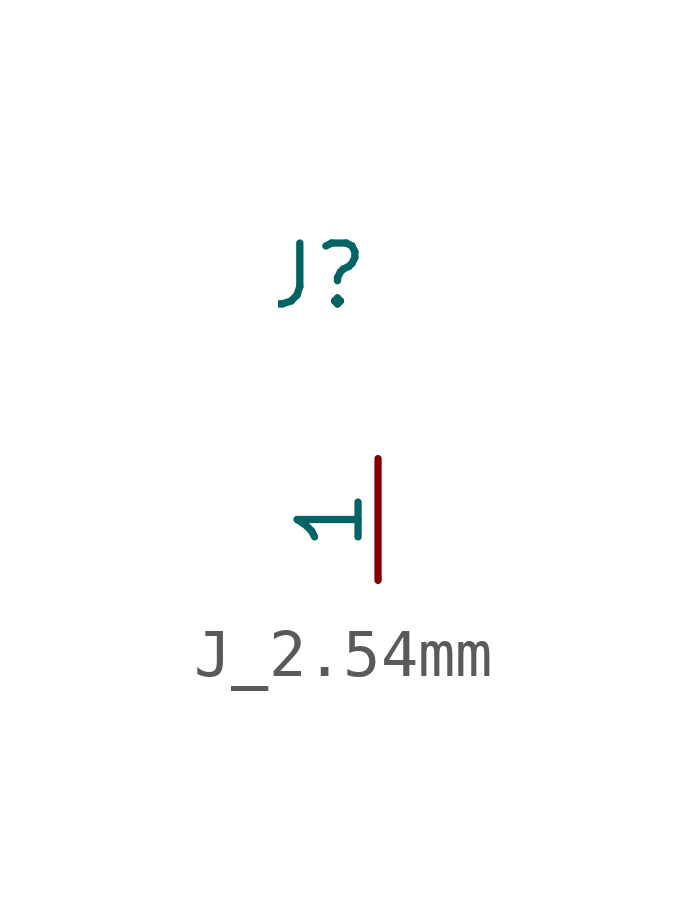
<source format=kicad_sym>
(kicad_symbol_lib
  (version 20220914)
  (generator kicad_symbol_editor)
  (symbol "J_2.54mm"
    (pin_numbers hide)
    (pin_names
      (offset 0))
    (property "Reference" "J"
      (at -1.27 3.81 0)
      (effects (font (size 1.27 1.27))))
    (symbol "J_2.54mm_1_1"
      (pin bidirectional line (at 0 0 270) (length 2.54) (name "1" (effects (font (size 1.27 1.27)))) (number "1" (effects (font (size 1.27 1.27))))))))
</source>
